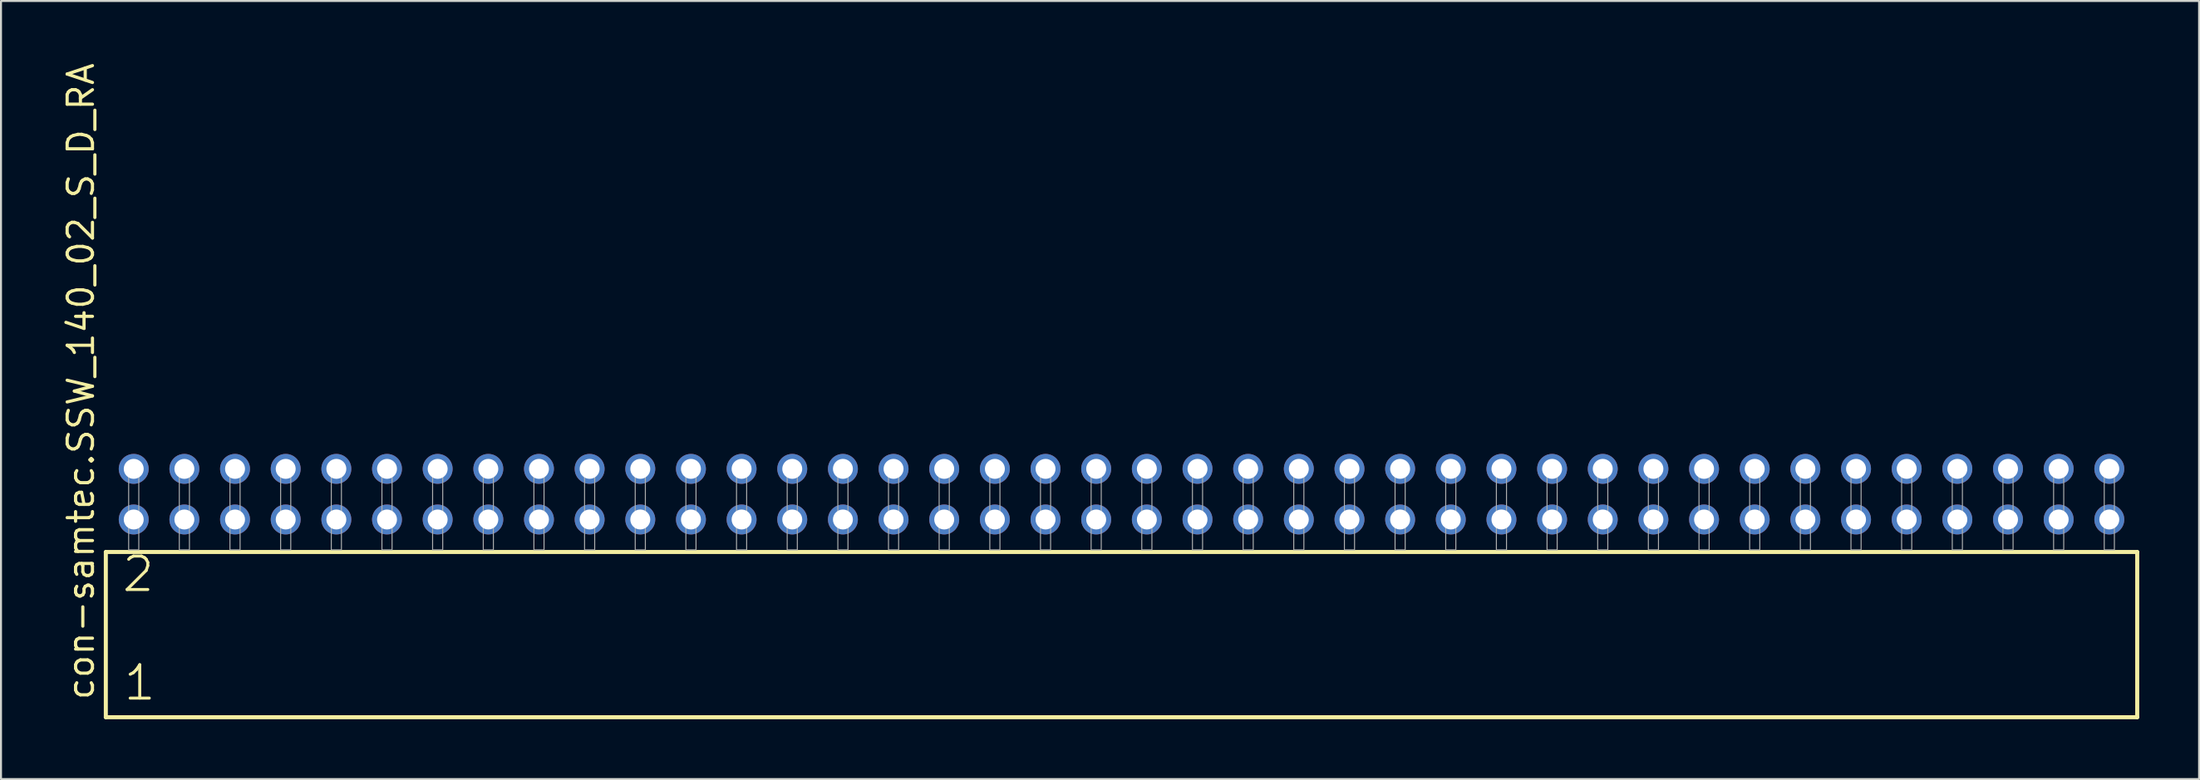
<source format=kicad_pcb>
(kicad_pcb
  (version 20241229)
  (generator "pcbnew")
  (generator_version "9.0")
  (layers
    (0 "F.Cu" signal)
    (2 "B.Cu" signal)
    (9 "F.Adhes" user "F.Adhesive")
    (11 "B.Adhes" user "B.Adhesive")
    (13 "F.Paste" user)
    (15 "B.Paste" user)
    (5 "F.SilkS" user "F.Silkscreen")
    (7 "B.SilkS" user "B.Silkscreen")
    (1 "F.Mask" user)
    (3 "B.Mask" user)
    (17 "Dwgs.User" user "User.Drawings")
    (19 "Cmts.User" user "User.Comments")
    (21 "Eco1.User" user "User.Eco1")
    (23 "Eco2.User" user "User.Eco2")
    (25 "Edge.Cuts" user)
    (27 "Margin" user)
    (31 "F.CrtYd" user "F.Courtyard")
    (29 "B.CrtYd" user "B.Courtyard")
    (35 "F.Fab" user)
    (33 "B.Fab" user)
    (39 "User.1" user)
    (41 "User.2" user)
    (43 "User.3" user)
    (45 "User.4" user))
  (footprint "con-samtec.SSW_140_02_S_D_RA"
    (layer "F.Cu")
    (at 53.185 24.537)
    (property "Reference" "con-samtec.SSW_140_02_S_D_RA" (at -51.435 7.62 90) (layer "F.SilkS") (effects (font (size 1.27 1.27) (thickness 0.16)) (justify left bottom)))
    (attr through_hole)
    (fp_line (start -50.929 0.106) (end -50.929 8.396) (stroke (width 0.203) (type default)) (layer "F.SilkS"))
    (fp_line (start -50.929 8.396) (end 50.929 8.396) (stroke (width 0.203) (type default)) (layer "F.SilkS"))
    (fp_line (start 50.929 0.106) (end -50.929 0.106) (stroke (width 0.203) (type default)) (layer "F.SilkS"))
    (fp_line (start 50.929 8.396) (end 50.929 0.106) (stroke (width 0.203) (type default)) (layer "F.SilkS"))
    (fp_rect (start -49.784 0) (end -49.276 -4.318) (stroke (width 0.05) (type default)) (fill no) (layer "F.Fab"))
    (fp_rect (start -47.244 0) (end -46.736 -4.318) (stroke (width 0.05) (type default)) (fill no) (layer "F.Fab"))
    (fp_rect (start -44.704 0) (end -44.196 -4.318) (stroke (width 0.05) (type default)) (fill no) (layer "F.Fab"))
    (fp_rect (start -42.164 0) (end -41.656 -4.318) (stroke (width 0.05) (type default)) (fill no) (layer "F.Fab"))
    (fp_rect (start -39.624 0) (end -39.116 -4.318) (stroke (width 0.05) (type default)) (fill no) (layer "F.Fab"))
    (fp_rect (start -37.084 0) (end -36.576 -4.318) (stroke (width 0.05) (type default)) (fill no) (layer "F.Fab"))
    (fp_rect (start -34.544 0) (end -34.036 -4.318) (stroke (width 0.05) (type default)) (fill no) (layer "F.Fab"))
    (fp_rect (start -32.004 0) (end -31.496 -4.318) (stroke (width 0.05) (type default)) (fill no) (layer "F.Fab"))
    (fp_rect (start -29.464 0) (end -28.956 -4.318) (stroke (width 0.05) (type default)) (fill no) (layer "F.Fab"))
    (fp_rect (start -26.924 0) (end -26.416 -4.318) (stroke (width 0.05) (type default)) (fill no) (layer "F.Fab"))
    (fp_rect (start -24.384 0) (end -23.876 -4.318) (stroke (width 0.05) (type default)) (fill no) (layer "F.Fab"))
    (fp_rect (start -21.844 0) (end -21.336 -4.318) (stroke (width 0.05) (type default)) (fill no) (layer "F.Fab"))
    (fp_rect (start -19.304 0) (end -18.796 -4.318) (stroke (width 0.05) (type default)) (fill no) (layer "F.Fab"))
    (fp_rect (start -16.764 0) (end -16.256 -4.318) (stroke (width 0.05) (type default)) (fill no) (layer "F.Fab"))
    (fp_rect (start -14.224 0) (end -13.716 -4.318) (stroke (width 0.05) (type default)) (fill no) (layer "F.Fab"))
    (fp_rect (start -11.684 0) (end -11.176 -4.318) (stroke (width 0.05) (type default)) (fill no) (layer "F.Fab"))
    (fp_rect (start -9.144 0) (end -8.636 -4.318) (stroke (width 0.05) (type default)) (fill no) (layer "F.Fab"))
    (fp_rect (start -6.604 0) (end -6.096 -4.318) (stroke (width 0.05) (type default)) (fill no) (layer "F.Fab"))
    (fp_rect (start -4.064 0) (end -3.556 -4.318) (stroke (width 0.05) (type default)) (fill no) (layer "F.Fab"))
    (fp_rect (start -1.524 0) (end -1.016 -4.318) (stroke (width 0.05) (type default)) (fill no) (layer "F.Fab"))
    (fp_rect (start 1.016 0) (end 1.524 -4.318) (stroke (width 0.05) (type default)) (fill no) (layer "F.Fab"))
    (fp_rect (start 3.556 0) (end 4.064 -4.318) (stroke (width 0.05) (type default)) (fill no) (layer "F.Fab"))
    (fp_rect (start 6.096 0) (end 6.604 -4.318) (stroke (width 0.05) (type default)) (fill no) (layer "F.Fab"))
    (fp_rect (start 8.636 0) (end 9.144 -4.318) (stroke (width 0.05) (type default)) (fill no) (layer "F.Fab"))
    (fp_rect (start 11.176 0) (end 11.684 -4.318) (stroke (width 0.05) (type default)) (fill no) (layer "F.Fab"))
    (fp_rect (start 13.716 0) (end 14.224 -4.318) (stroke (width 0.05) (type default)) (fill no) (layer "F.Fab"))
    (fp_rect (start 16.256 0) (end 16.764 -4.318) (stroke (width 0.05) (type default)) (fill no) (layer "F.Fab"))
    (fp_rect (start 18.796 0) (end 19.304 -4.318) (stroke (width 0.05) (type default)) (fill no) (layer "F.Fab"))
    (fp_rect (start 21.336 0) (end 21.844 -4.318) (stroke (width 0.05) (type default)) (fill no) (layer "F.Fab"))
    (fp_rect (start 23.876 0) (end 24.384 -4.318) (stroke (width 0.05) (type default)) (fill no) (layer "F.Fab"))
    (fp_rect (start 26.416 0) (end 26.924 -4.318) (stroke (width 0.05) (type default)) (fill no) (layer "F.Fab"))
    (fp_rect (start 28.956 0) (end 29.464 -4.318) (stroke (width 0.05) (type default)) (fill no) (layer "F.Fab"))
    (fp_rect (start 31.496 0) (end 32.004 -4.318) (stroke (width 0.05) (type default)) (fill no) (layer "F.Fab"))
    (fp_rect (start 34.036 0) (end 34.544 -4.318) (stroke (width 0.05) (type default)) (fill no) (layer "F.Fab"))
    (fp_rect (start 36.576 0) (end 37.084 -4.318) (stroke (width 0.05) (type default)) (fill no) (layer "F.Fab"))
    (fp_rect (start 39.116 0) (end 39.624 -4.318) (stroke (width 0.05) (type default)) (fill no) (layer "F.Fab"))
    (fp_rect (start 41.656 0) (end 42.164 -4.318) (stroke (width 0.05) (type default)) (fill no) (layer "F.Fab"))
    (fp_rect (start 44.196 0) (end 44.704 -4.318) (stroke (width 0.05) (type default)) (fill no) (layer "F.Fab"))
    (fp_rect (start 46.736 0) (end 47.244 -4.318) (stroke (width 0.05) (type default)) (fill no) (layer "F.Fab"))
    (fp_rect (start 49.276 0) (end 49.784 -4.318) (stroke (width 0.05) (type default)) (fill no) (layer "F.Fab"))
    (fp_text user "2" (at -50.2 2.2 0) (layer "F.SilkS") (effects (font (size 1.676 1.676) (thickness 0.15)) (justify left bottom)))
    (fp_text user "1" (at -50.125 7.65 0) (layer "F.SilkS") (effects (font (size 1.676 1.676) (thickness 0.15)) (justify left bottom)))
    (pad "1" thru_hole circle (at -49.53 -1.524) (size 1.5 1.5) (drill 1) (layers "*.Cu" "*.Mask"))
    (pad "2" thru_hole circle (at -49.53 -4.064) (size 1.5 1.5) (drill 1) (layers "*.Cu" "*.Mask"))
    (pad "3" thru_hole circle (at -46.99 -1.524) (size 1.5 1.5) (drill 1) (layers "*.Cu" "*.Mask"))
    (pad "4" thru_hole circle (at -46.99 -4.064) (size 1.5 1.5) (drill 1) (layers "*.Cu" "*.Mask"))
    (pad "5" thru_hole circle (at -44.45 -1.524) (size 1.5 1.5) (drill 1) (layers "*.Cu" "*.Mask"))
    (pad "6" thru_hole circle (at -44.45 -4.064) (size 1.5 1.5) (drill 1) (layers "*.Cu" "*.Mask"))
    (pad "7" thru_hole circle (at -41.91 -1.524) (size 1.5 1.5) (drill 1) (layers "*.Cu" "*.Mask"))
    (pad "8" thru_hole circle (at -41.91 -4.064) (size 1.5 1.5) (drill 1) (layers "*.Cu" "*.Mask"))
    (pad "9" thru_hole circle (at -39.37 -1.524) (size 1.5 1.5) (drill 1) (layers "*.Cu" "*.Mask"))
    (pad "10" thru_hole circle (at -39.37 -4.064) (size 1.5 1.5) (drill 1) (layers "*.Cu" "*.Mask"))
    (pad "11" thru_hole circle (at -36.83 -1.524) (size 1.5 1.5) (drill 1) (layers "*.Cu" "*.Mask"))
    (pad "12" thru_hole circle (at -36.83 -4.064) (size 1.5 1.5) (drill 1) (layers "*.Cu" "*.Mask"))
    (pad "13" thru_hole circle (at -34.29 -1.524) (size 1.5 1.5) (drill 1) (layers "*.Cu" "*.Mask"))
    (pad "14" thru_hole circle (at -34.29 -4.064) (size 1.5 1.5) (drill 1) (layers "*.Cu" "*.Mask"))
    (pad "15" thru_hole circle (at -31.75 -1.524) (size 1.5 1.5) (drill 1) (layers "*.Cu" "*.Mask"))
    (pad "16" thru_hole circle (at -31.75 -4.064) (size 1.5 1.5) (drill 1) (layers "*.Cu" "*.Mask"))
    (pad "17" thru_hole circle (at -29.21 -1.524) (size 1.5 1.5) (drill 1) (layers "*.Cu" "*.Mask"))
    (pad "18" thru_hole circle (at -29.21 -4.064) (size 1.5 1.5) (drill 1) (layers "*.Cu" "*.Mask"))
    (pad "19" thru_hole circle (at -26.67 -1.524) (size 1.5 1.5) (drill 1) (layers "*.Cu" "*.Mask"))
    (pad "20" thru_hole circle (at -26.67 -4.064) (size 1.5 1.5) (drill 1) (layers "*.Cu" "*.Mask"))
    (pad "21" thru_hole circle (at -24.13 -1.524) (size 1.5 1.5) (drill 1) (layers "*.Cu" "*.Mask"))
    (pad "22" thru_hole circle (at -24.13 -4.064) (size 1.5 1.5) (drill 1) (layers "*.Cu" "*.Mask"))
    (pad "23" thru_hole circle (at -21.59 -1.524) (size 1.5 1.5) (drill 1) (layers "*.Cu" "*.Mask"))
    (pad "24" thru_hole circle (at -21.59 -4.064) (size 1.5 1.5) (drill 1) (layers "*.Cu" "*.Mask"))
    (pad "25" thru_hole circle (at -19.05 -1.524) (size 1.5 1.5) (drill 1) (layers "*.Cu" "*.Mask"))
    (pad "26" thru_hole circle (at -19.05 -4.064) (size 1.5 1.5) (drill 1) (layers "*.Cu" "*.Mask"))
    (pad "27" thru_hole circle (at -16.51 -1.524) (size 1.5 1.5) (drill 1) (layers "*.Cu" "*.Mask"))
    (pad "28" thru_hole circle (at -16.51 -4.064) (size 1.5 1.5) (drill 1) (layers "*.Cu" "*.Mask"))
    (pad "29" thru_hole circle (at -13.97 -1.524) (size 1.5 1.5) (drill 1) (layers "*.Cu" "*.Mask"))
    (pad "30" thru_hole circle (at -13.97 -4.064) (size 1.5 1.5) (drill 1) (layers "*.Cu" "*.Mask"))
    (pad "31" thru_hole circle (at -11.43 -1.524) (size 1.5 1.5) (drill 1) (layers "*.Cu" "*.Mask"))
    (pad "32" thru_hole circle (at -11.43 -4.064) (size 1.5 1.5) (drill 1) (layers "*.Cu" "*.Mask"))
    (pad "33" thru_hole circle (at -8.89 -1.524) (size 1.5 1.5) (drill 1) (layers "*.Cu" "*.Mask"))
    (pad "34" thru_hole circle (at -8.89 -4.064) (size 1.5 1.5) (drill 1) (layers "*.Cu" "*.Mask"))
    (pad "35" thru_hole circle (at -6.35 -1.524) (size 1.5 1.5) (drill 1) (layers "*.Cu" "*.Mask"))
    (pad "36" thru_hole circle (at -6.35 -4.064) (size 1.5 1.5) (drill 1) (layers "*.Cu" "*.Mask"))
    (pad "37" thru_hole circle (at -3.81 -1.524) (size 1.5 1.5) (drill 1) (layers "*.Cu" "*.Mask"))
    (pad "38" thru_hole circle (at -3.81 -4.064) (size 1.5 1.5) (drill 1) (layers "*.Cu" "*.Mask"))
    (pad "39" thru_hole circle (at -1.27 -1.524) (size 1.5 1.5) (drill 1) (layers "*.Cu" "*.Mask"))
    (pad "40" thru_hole circle (at -1.27 -4.064) (size 1.5 1.5) (drill 1) (layers "*.Cu" "*.Mask"))
    (pad "41" thru_hole circle (at 1.27 -1.524) (size 1.5 1.5) (drill 1) (layers "*.Cu" "*.Mask"))
    (pad "42" thru_hole circle (at 1.27 -4.064) (size 1.5 1.5) (drill 1) (layers "*.Cu" "*.Mask"))
    (pad "43" thru_hole circle (at 3.81 -1.524) (size 1.5 1.5) (drill 1) (layers "*.Cu" "*.Mask"))
    (pad "44" thru_hole circle (at 3.81 -4.064) (size 1.5 1.5) (drill 1) (layers "*.Cu" "*.Mask"))
    (pad "45" thru_hole circle (at 6.35 -1.524) (size 1.5 1.5) (drill 1) (layers "*.Cu" "*.Mask"))
    (pad "46" thru_hole circle (at 6.35 -4.064) (size 1.5 1.5) (drill 1) (layers "*.Cu" "*.Mask"))
    (pad "47" thru_hole circle (at 8.89 -1.524) (size 1.5 1.5) (drill 1) (layers "*.Cu" "*.Mask"))
    (pad "48" thru_hole circle (at 8.89 -4.064) (size 1.5 1.5) (drill 1) (layers "*.Cu" "*.Mask"))
    (pad "49" thru_hole circle (at 11.43 -1.524) (size 1.5 1.5) (drill 1) (layers "*.Cu" "*.Mask"))
    (pad "50" thru_hole circle (at 11.43 -4.064) (size 1.5 1.5) (drill 1) (layers "*.Cu" "*.Mask"))
    (pad "51" thru_hole circle (at 13.97 -1.524) (size 1.5 1.5) (drill 1) (layers "*.Cu" "*.Mask"))
    (pad "52" thru_hole circle (at 13.97 -4.064) (size 1.5 1.5) (drill 1) (layers "*.Cu" "*.Mask"))
    (pad "53" thru_hole circle (at 16.51 -1.524) (size 1.5 1.5) (drill 1) (layers "*.Cu" "*.Mask"))
    (pad "54" thru_hole circle (at 16.51 -4.064) (size 1.5 1.5) (drill 1) (layers "*.Cu" "*.Mask"))
    (pad "55" thru_hole circle (at 19.05 -1.524) (size 1.5 1.5) (drill 1) (layers "*.Cu" "*.Mask"))
    (pad "56" thru_hole circle (at 19.05 -4.064) (size 1.5 1.5) (drill 1) (layers "*.Cu" "*.Mask"))
    (pad "57" thru_hole circle (at 21.59 -1.524) (size 1.5 1.5) (drill 1) (layers "*.Cu" "*.Mask"))
    (pad "58" thru_hole circle (at 21.59 -4.064) (size 1.5 1.5) (drill 1) (layers "*.Cu" "*.Mask"))
    (pad "59" thru_hole circle (at 24.13 -1.524) (size 1.5 1.5) (drill 1) (layers "*.Cu" "*.Mask"))
    (pad "60" thru_hole circle (at 24.13 -4.064) (size 1.5 1.5) (drill 1) (layers "*.Cu" "*.Mask"))
    (pad "61" thru_hole circle (at 26.67 -1.524) (size 1.5 1.5) (drill 1) (layers "*.Cu" "*.Mask"))
    (pad "62" thru_hole circle (at 26.67 -4.064) (size 1.5 1.5) (drill 1) (layers "*.Cu" "*.Mask"))
    (pad "63" thru_hole circle (at 29.21 -1.524) (size 1.5 1.5) (drill 1) (layers "*.Cu" "*.Mask"))
    (pad "64" thru_hole circle (at 29.21 -4.064) (size 1.5 1.5) (drill 1) (layers "*.Cu" "*.Mask"))
    (pad "65" thru_hole circle (at 31.75 -1.524) (size 1.5 1.5) (drill 1) (layers "*.Cu" "*.Mask"))
    (pad "66" thru_hole circle (at 31.75 -4.064) (size 1.5 1.5) (drill 1) (layers "*.Cu" "*.Mask"))
    (pad "67" thru_hole circle (at 34.29 -1.524) (size 1.5 1.5) (drill 1) (layers "*.Cu" "*.Mask"))
    (pad "68" thru_hole circle (at 34.29 -4.064) (size 1.5 1.5) (drill 1) (layers "*.Cu" "*.Mask"))
    (pad "69" thru_hole circle (at 36.83 -1.524) (size 1.5 1.5) (drill 1) (layers "*.Cu" "*.Mask"))
    (pad "70" thru_hole circle (at 36.83 -4.064) (size 1.5 1.5) (drill 1) (layers "*.Cu" "*.Mask"))
    (pad "71" thru_hole circle (at 39.37 -1.524) (size 1.5 1.5) (drill 1) (layers "*.Cu" "*.Mask"))
    (pad "72" thru_hole circle (at 39.37 -4.064) (size 1.5 1.5) (drill 1) (layers "*.Cu" "*.Mask"))
    (pad "73" thru_hole circle (at 41.91 -1.524) (size 1.5 1.5) (drill 1) (layers "*.Cu" "*.Mask"))
    (pad "74" thru_hole circle (at 41.91 -4.064) (size 1.5 1.5) (drill 1) (layers "*.Cu" "*.Mask"))
    (pad "75" thru_hole circle (at 44.45 -1.524) (size 1.5 1.5) (drill 1) (layers "*.Cu" "*.Mask"))
    (pad "76" thru_hole circle (at 44.45 -4.064) (size 1.5 1.5) (drill 1) (layers "*.Cu" "*.Mask"))
    (pad "77" thru_hole circle (at 46.99 -1.524) (size 1.5 1.5) (drill 1) (layers "*.Cu" "*.Mask"))
    (pad "78" thru_hole circle (at 46.99 -4.064) (size 1.5 1.5) (drill 1) (layers "*.Cu" "*.Mask"))
    (pad "79" thru_hole circle (at 49.53 -1.524) (size 1.5 1.5) (drill 1) (layers "*.Cu" "*.Mask"))
    (pad "80" thru_hole circle (at 49.53 -4.064) (size 1.5 1.5) (drill 1) (layers "*.Cu" "*.Mask")))
  (gr_rect
    (start -3 -3)
    (end 107.216 36.035)
    (stroke (width 0.1) (type default))
    (fill no)
    (layer "Edge.Cuts")))
</source>
